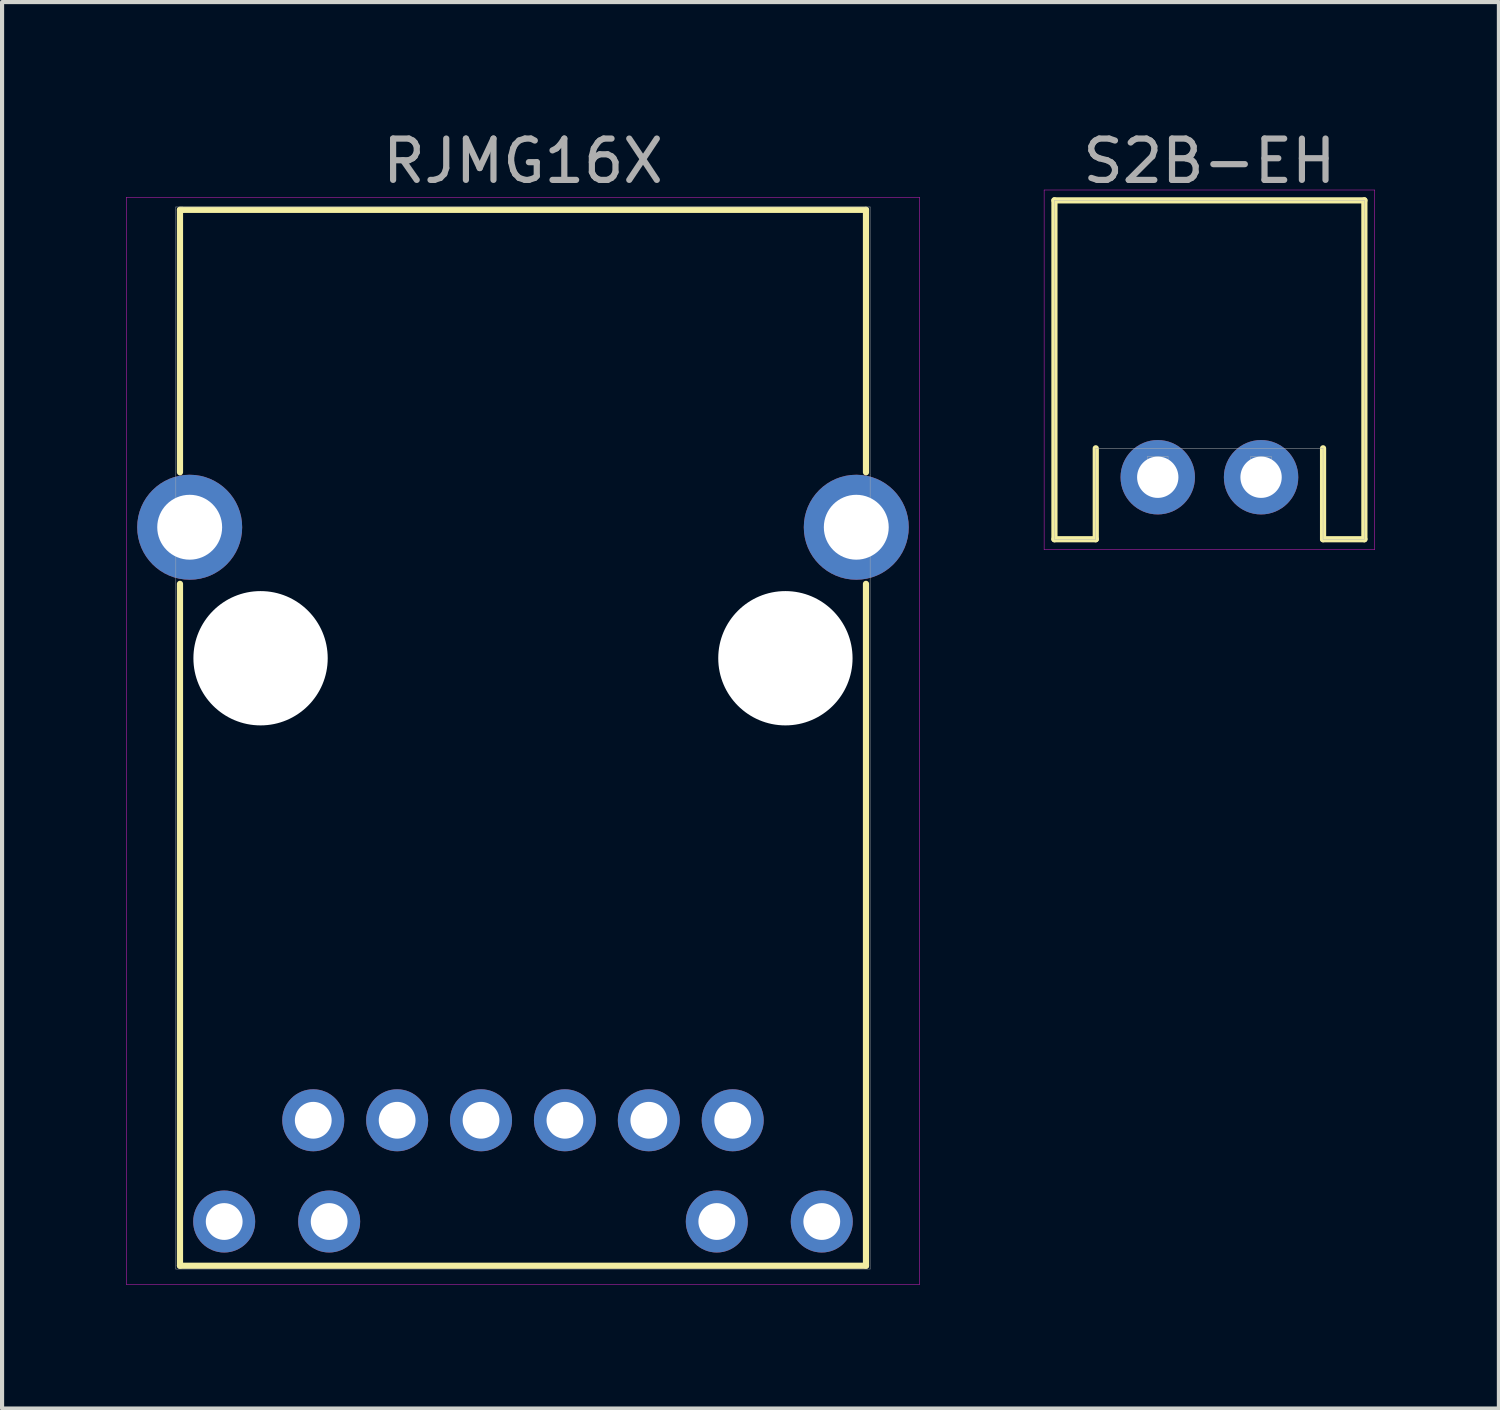
<source format=kicad_pcb>
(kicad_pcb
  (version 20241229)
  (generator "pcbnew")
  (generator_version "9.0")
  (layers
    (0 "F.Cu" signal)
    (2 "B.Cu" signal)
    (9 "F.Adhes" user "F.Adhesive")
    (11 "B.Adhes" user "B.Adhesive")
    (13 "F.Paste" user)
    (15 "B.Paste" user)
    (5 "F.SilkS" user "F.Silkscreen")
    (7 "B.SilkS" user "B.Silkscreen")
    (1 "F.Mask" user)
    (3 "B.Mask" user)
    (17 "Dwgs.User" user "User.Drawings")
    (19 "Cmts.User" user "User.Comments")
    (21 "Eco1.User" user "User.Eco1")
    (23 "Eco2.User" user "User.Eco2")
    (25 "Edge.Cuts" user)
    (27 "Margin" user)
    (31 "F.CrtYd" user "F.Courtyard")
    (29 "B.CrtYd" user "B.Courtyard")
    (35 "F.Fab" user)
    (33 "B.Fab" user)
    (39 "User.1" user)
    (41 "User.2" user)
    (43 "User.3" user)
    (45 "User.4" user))
  (footprint "S2B-EH"
    (layer "F.Cu")
    (at 26.215 8.498)
    (property "Reference" "S2B-EH" (at 0 -7.65 0) (layer "F.Fab") (effects (font (size 1 1) (thickness 0.15))))
    (attr through_hole)
    (fp_line (start -3.75 -6.7) (end -3.75 1.5) (stroke (width 0.15) (type solid)) (layer "F.SilkS"))
    (fp_line (start -3.75 -6.7) (end 3.75 -6.7) (stroke (width 0.15) (type solid)) (layer "F.SilkS"))
    (fp_line (start -3.75 1.5) (end -2.75 1.5) (stroke (width 0.15) (type solid)) (layer "F.SilkS"))
    (fp_line (start -2.75 1.5) (end -2.75 -0.7) (stroke (width 0.15) (type solid)) (layer "F.SilkS"))
    (fp_line (start 2.75 1.5) (end 2.75 -0.7) (stroke (width 0.15) (type solid)) (layer "F.SilkS"))
    (fp_line (start 3.75 -6.7) (end 3.75 1.5) (stroke (width 0.15) (type solid)) (layer "F.SilkS"))
    (fp_line (start 3.75 1.5) (end 2.75 1.5) (stroke (width 0.15) (type solid)) (layer "F.SilkS"))
    (fp_line (start -4 -6.95) (end 4 -6.95) (stroke (width 0.01) (type solid)) (layer "F.CrtYd"))
    (fp_line (start -4 1.75) (end -4 -6.95) (stroke (width 0.01) (type solid)) (layer "F.CrtYd"))
    (fp_line (start 4 -6.95) (end 4 1.75) (stroke (width 0.01) (type solid)) (layer "F.CrtYd"))
    (fp_line (start 4 1.75) (end -4 1.75) (stroke (width 0.01) (type solid)) (layer "F.CrtYd"))
    (fp_line (start -3.75 -6.7) (end -3.75 1.5) (stroke (width 0.01) (type solid)) (layer "F.Fab"))
    (fp_line (start -3.75 -6.7) (end 3.75 -6.7) (stroke (width 0.01) (type solid)) (layer "F.Fab"))
    (fp_line (start -3.75 1.5) (end -2.75 1.5) (stroke (width 0.01) (type solid)) (layer "F.Fab"))
    (fp_line (start -2.75 1.5) (end -2.75 -0.7) (stroke (width 0.01) (type solid)) (layer "F.Fab"))
    (fp_line (start -1.5 -0.5) (end -1 -0.5) (stroke (width 0.01) (type solid)) (layer "F.Fab"))
    (fp_line (start -1.5 -0.25) (end -1 -0.25) (stroke (width 0.01) (type solid)) (layer "F.Fab"))
    (fp_line (start -1.5 0.25) (end -1.5 -0.5) (stroke (width 0.01) (type solid)) (layer "F.Fab"))
    (fp_line (start -1 -0.5) (end -1 0.25) (stroke (width 0.01) (type solid)) (layer "F.Fab"))
    (fp_line (start -1 0.25) (end -1.5 0.25) (stroke (width 0.01) (type solid)) (layer "F.Fab"))
    (fp_line (start 1 -0.5) (end 1.5 -0.5) (stroke (width 0.01) (type solid)) (layer "F.Fab"))
    (fp_line (start 1 -0.25) (end 1.5 -0.25) (stroke (width 0.01) (type solid)) (layer "F.Fab"))
    (fp_line (start 1 0.25) (end 1 -0.5) (stroke (width 0.01) (type solid)) (layer "F.Fab"))
    (fp_line (start 1.5 -0.5) (end 1.5 0.25) (stroke (width 0.01) (type solid)) (layer "F.Fab"))
    (fp_line (start 1.5 0.25) (end 1 0.25) (stroke (width 0.01) (type solid)) (layer "F.Fab"))
    (fp_line (start 2.75 -0.7) (end -2.75 -0.7) (stroke (width 0.01) (type solid)) (layer "F.Fab"))
    (fp_line (start 2.75 1.5) (end 2.75 -0.7) (stroke (width 0.01) (type solid)) (layer "F.Fab"))
    (fp_line (start 3.75 -6.7) (end 3.75 1.5) (stroke (width 0.01) (type solid)) (layer "F.Fab"))
    (fp_line (start 3.75 1.5) (end 2.75 1.5) (stroke (width 0.01) (type solid)) (layer "F.Fab"))
    (pad "1" thru_hole circle (at 1.25 0) (size 1.8 1.8) (drill 1) (layers "*.Cu" "*.Mask"))
    (pad "2" thru_hole circle (at -1.25 0) (size 1.8 1.8) (drill 1) (layers "*.Cu" "*.Mask")))
  (footprint "RJMG16X"
    (layer "F.Cu")
    (at 9.605 12.878)
    (property "Reference" "RJMG16X" (at 0 -12.03 0) (layer "F.Fab") (effects (font (size 1 1) (thickness 0.15))))
    (attr through_hole)
    (fp_line (start -8.3 -10.85) (end -8.3 -4.5) (stroke (width 0.15) (type solid)) (layer "F.SilkS"))
    (fp_line (start -8.3 -1.8) (end -8.3 14.7) (stroke (width 0.15) (type solid)) (layer "F.SilkS"))
    (fp_line (start -8.3 14.7) (end 8.3 14.7) (stroke (width 0.15) (type solid)) (layer "F.SilkS"))
    (fp_line (start -8.25 -10.85) (end -8.25 -10.85) (stroke (width 0.15) (type solid)) (layer "F.SilkS"))
    (fp_line (start 8.3 -10.85) (end -8.3 -10.85) (stroke (width 0.15) (type solid)) (layer "F.SilkS"))
    (fp_line (start 8.3 -10.85) (end 8.3 -4.5) (stroke (width 0.15) (type solid)) (layer "F.SilkS"))
    (fp_line (start 8.3 14.7) (end 8.3 -1.8) (stroke (width 0.15) (type solid)) (layer "F.SilkS"))
    (fp_line (start -9.6 15.15) (end -9.6 -11.15) (stroke (width 0.01) (type solid)) (layer "F.CrtYd"))
    (fp_line (start -9.6 15.15) (end 9.6 15.15) (stroke (width 0.01) (type solid)) (layer "F.CrtYd"))
    (fp_line (start 9.6 -11.15) (end -9.6 -11.15) (stroke (width 0.01) (type solid)) (layer "F.CrtYd"))
    (fp_line (start 9.6 15.15) (end 9.6 -11.15) (stroke (width 0.01) (type solid)) (layer "F.CrtYd"))
    (fp_line (start -8.4 -10.92) (end 8.4 -10.92) (stroke (width 0.01) (type solid)) (layer "F.Fab"))
    (fp_line (start -8.4 -4.45) (end -8.4 -10.92) (stroke (width 0.01) (type solid)) (layer "F.Fab"))
    (fp_line (start -8.4 14.78) (end -8.4 -4.45) (stroke (width 0.01) (type solid)) (layer "F.Fab"))
    (fp_line (start 8.4 -10.92) (end 8.4 -4.45) (stroke (width 0.01) (type solid)) (layer "F.Fab"))
    (fp_line (start 8.4 -4.45) (end 8.4 14.78) (stroke (width 0.01) (type solid)) (layer "F.Fab"))
    (fp_line (start 8.4 14.78) (end -8.4 14.78) (stroke (width 0.01) (type solid)) (layer "F.Fab"))
    (pad "" np_thru_hole circle (at -6.35 0) (size 3.25 3.25) (drill 3.25) (layers "*.Cu" "*.Mask"))
    (pad "" np_thru_hole circle (at 6.35 0) (size 3.25 3.25) (drill 3.25) (layers "*.Cu" "*.Mask"))
    (pad "1" thru_hole circle (at -5.075 11.18) (size 1.5 1.5) (drill 0.89) (layers "*.Cu" "*.Mask"))
    (pad "2" thru_hole circle (at -3.045 11.18) (size 1.5 1.5) (drill 0.89) (layers "*.Cu" "*.Mask"))
    (pad "3" thru_hole circle (at -1.015 11.18) (size 1.5 1.5) (drill 0.89) (layers "*.Cu" "*.Mask"))
    (pad "4" thru_hole circle (at 1.015 11.18) (size 1.5 1.5) (drill 0.89) (layers "*.Cu" "*.Mask"))
    (pad "5" thru_hole circle (at 3.045 11.18) (size 1.5 1.5) (drill 0.89) (layers "*.Cu" "*.Mask"))
    (pad "6" thru_hole circle (at 5.075 11.18) (size 1.5 1.5) (drill 0.89) (layers "*.Cu" "*.Mask"))
    (pad "7" thru_hole circle (at -7.23 13.63) (size 1.5 1.5) (drill 0.89) (layers "*.Cu" "*.Mask"))
    (pad "8" thru_hole circle (at -4.69 13.63) (size 1.5 1.5) (drill 0.89) (layers "*.Cu" "*.Mask"))
    (pad "9" thru_hole circle (at 4.69 13.63) (size 1.5 1.5) (drill 0.89) (layers "*.Cu" "*.Mask"))
    (pad "10" thru_hole circle (at 7.23 13.63) (size 1.5 1.5) (drill 0.89) (layers "*.Cu" "*.Mask"))
    (pad "S" thru_hole circle (at -8.065 -3.17) (size 2.54 2.54) (drill 1.57) (layers "*.Cu" "*.Mask"))
    (pad "S" thru_hole circle (at 8.065 -3.17) (size 2.54 2.54) (drill 1.57) (layers "*.Cu" "*.Mask")))
  (gr_rect
    (start -3 -3)
    (end 33.22 31.033)
    (stroke (width 0.1) (type default))
    (fill no)
    (layer "Edge.Cuts")))
</source>
